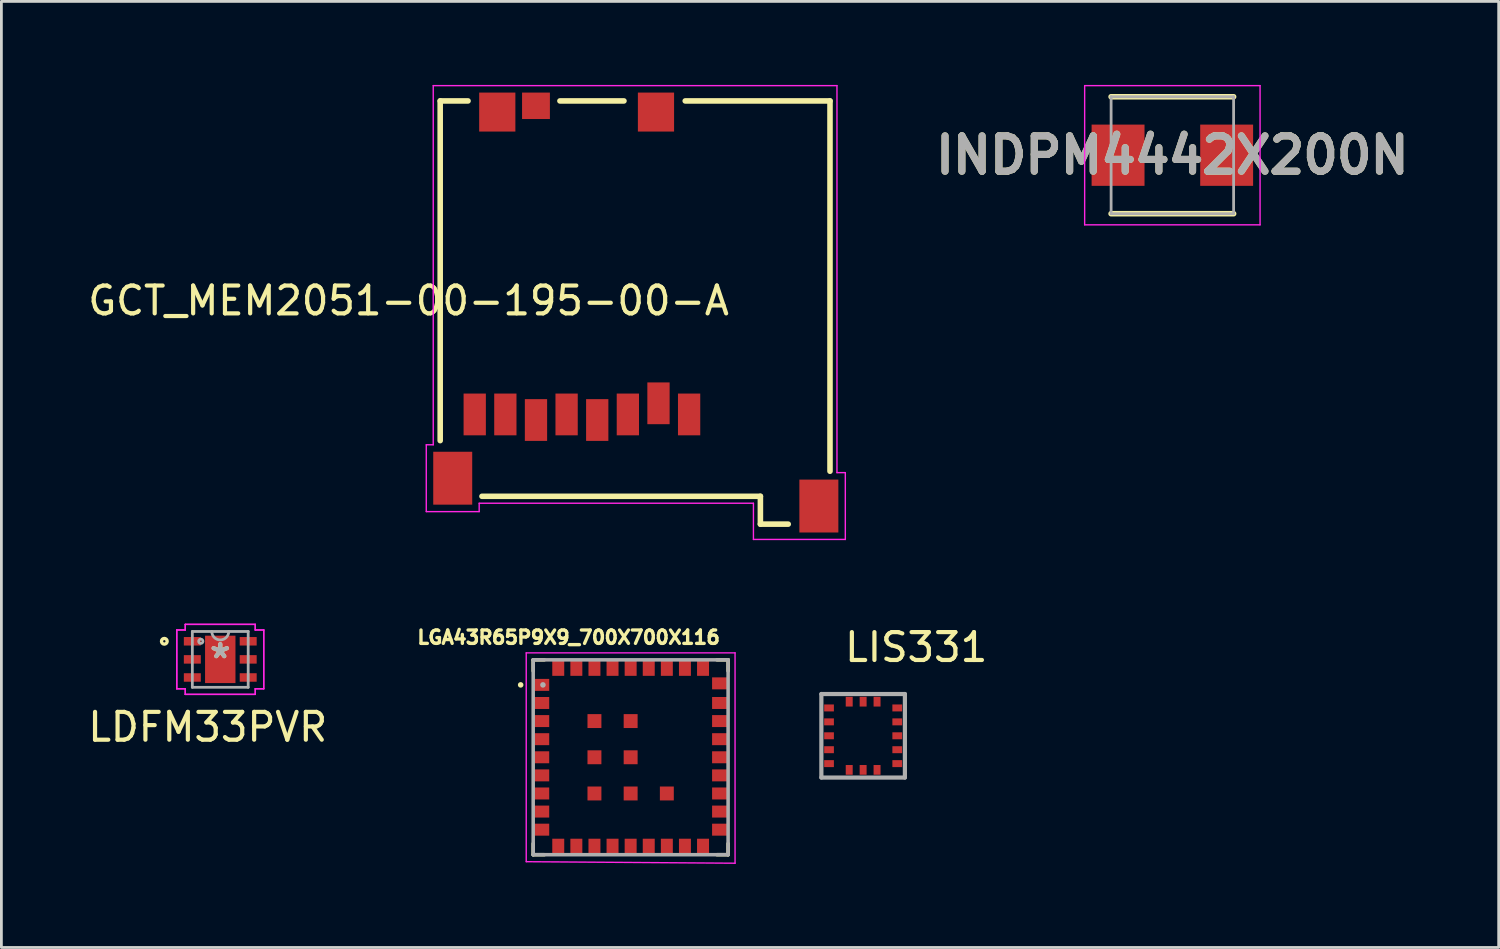
<source format=kicad_pcb>
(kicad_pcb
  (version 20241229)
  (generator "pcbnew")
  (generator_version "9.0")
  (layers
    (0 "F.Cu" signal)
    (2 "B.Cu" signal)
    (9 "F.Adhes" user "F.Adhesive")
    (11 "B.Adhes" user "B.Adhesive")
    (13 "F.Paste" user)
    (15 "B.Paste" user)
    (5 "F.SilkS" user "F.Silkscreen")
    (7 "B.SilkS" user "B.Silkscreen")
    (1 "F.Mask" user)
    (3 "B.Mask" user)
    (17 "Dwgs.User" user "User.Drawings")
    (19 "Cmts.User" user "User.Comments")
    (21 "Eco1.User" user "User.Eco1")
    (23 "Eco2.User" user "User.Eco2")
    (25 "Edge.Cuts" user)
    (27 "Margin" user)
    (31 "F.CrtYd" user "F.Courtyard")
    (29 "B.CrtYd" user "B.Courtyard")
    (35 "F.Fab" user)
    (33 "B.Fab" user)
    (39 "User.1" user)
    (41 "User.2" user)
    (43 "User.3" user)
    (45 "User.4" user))
  (footprint "GCT_MEM2051-00-195-00-A"
    (layer "F.Cu")
    (at 19.76 8.175)
    (property "Reference" "GCT_MEM2051-00-195-00-A" (at -8.135 -0.425 180) (layer "F.SilkS") (effects (font (size 1 1) (thickness 0.15))))
    (attr through_hole)
    (fp_line (start -7 -7.6) (end -7 4.6) (stroke (width 0.2) (type solid)) (layer "F.SilkS"))
    (fp_line (start -6 -7.6) (end -7 -7.6) (stroke (width 0.2) (type solid)) (layer "F.SilkS"))
    (fp_line (start -5.5 6.6) (end 4.5 6.6) (stroke (width 0.2) (type solid)) (layer "F.SilkS"))
    (fp_line (start -0.4 -7.6) (end -2.7 -7.6) (stroke (width 0.2) (type solid)) (layer "F.SilkS"))
    (fp_line (start 4.5 6.6) (end 4.5 7.6) (stroke (width 0.2) (type solid)) (layer "F.SilkS"))
    (fp_line (start 4.5 7.6) (end 5.5 7.6) (stroke (width 0.2) (type solid)) (layer "F.SilkS"))
    (fp_line (start 7 -7.6) (end 1.8 -7.6) (stroke (width 0.2) (type solid)) (layer "F.SilkS"))
    (fp_line (start 7 5.7) (end 7 -7.6) (stroke (width 0.2) (type solid)) (layer "F.SilkS"))
    (fp_line (start -7.5 4.75) (end -7.25 4.75) (stroke (width 0.05) (type solid)) (layer "F.CrtYd"))
    (fp_line (start -7.5 7.15) (end -7.5 4.75) (stroke (width 0.05) (type solid)) (layer "F.CrtYd"))
    (fp_line (start -7.25 -8.15) (end 7.25 -8.15) (stroke (width 0.05) (type solid)) (layer "F.CrtYd"))
    (fp_line (start -7.25 4.75) (end -7.25 -8.15) (stroke (width 0.05) (type solid)) (layer "F.CrtYd"))
    (fp_line (start -5.6 6.85) (end -5.6 7.15) (stroke (width 0.05) (type solid)) (layer "F.CrtYd"))
    (fp_line (start -5.6 7.15) (end -7.5 7.15) (stroke (width 0.05) (type solid)) (layer "F.CrtYd"))
    (fp_line (start 4.25 6.85) (end -5.6 6.85) (stroke (width 0.05) (type solid)) (layer "F.CrtYd"))
    (fp_line (start 4.25 8.15) (end 4.25 6.85) (stroke (width 0.05) (type solid)) (layer "F.CrtYd"))
    (fp_line (start 7.25 -8.15) (end 7.25 5.75) (stroke (width 0.05) (type solid)) (layer "F.CrtYd"))
    (fp_line (start 7.25 5.75) (end 7.55 5.75) (stroke (width 0.05) (type solid)) (layer "F.CrtYd"))
    (fp_line (start 7.55 5.75) (end 7.55 8.15) (stroke (width 0.05) (type solid)) (layer "F.CrtYd"))
    (fp_line (start 7.55 8.15) (end 4.25 8.15) (stroke (width 0.05) (type solid)) (layer "F.CrtYd"))
    (pad "1" smd rect (at 1.94 3.66) (size 0.8 1.5) (layers "F.Cu" "F.Mask" "F.Paste"))
    (pad "2" smd rect (at 0.84 3.26) (size 0.8 1.5) (layers "F.Cu" "F.Mask" "F.Paste"))
    (pad "3" smd rect (at -0.26 3.66) (size 0.8 1.5) (layers "F.Cu" "F.Mask" "F.Paste"))
    (pad "4" smd rect (at -1.36 3.86) (size 0.8 1.5) (layers "F.Cu" "F.Mask" "F.Paste"))
    (pad "5" smd rect (at -2.46 3.66) (size 0.8 1.5) (layers "F.Cu" "F.Mask" "F.Paste"))
    (pad "6" smd rect (at -3.56 3.86) (size 0.8 1.5) (layers "F.Cu" "F.Mask" "F.Paste"))
    (pad "7" smd rect (at -4.66 3.66) (size 0.8 1.5) (layers "F.Cu" "F.Mask" "F.Paste"))
    (pad "8" smd rect (at -5.76 3.66) (size 0.8 1.5) (layers "F.Cu" "F.Mask" "F.Paste"))
    (pad "9" smd rect (at -3.56 -7.425) (size 1 0.95) (layers "F.Cu" "F.Mask" "F.Paste"))
    (pad "P1" smd rect (at -4.95 -7.2) (size 1.3 1.4) (layers "F.Cu" "F.Mask" "F.Paste"))
    (pad "P2" smd rect (at 0.75 -7.2) (size 1.3 1.4) (layers "F.Cu" "F.Mask" "F.Paste"))
    (pad "P3" smd rect (at 6.6 6.95) (size 1.4 1.9) (layers "F.Cu" "F.Mask" "F.Paste"))
    (pad "P4" smd rect (at -6.55 5.95) (size 1.4 1.9) (layers "F.Cu" "F.Mask" "F.Paste")))
  (footprint "LIS331"
    (layer "F.Cu")
    (at 27.95 23.376)
    (property "Reference" "LIS331" (at 1.907 -3.178 0) (layer "F.SilkS") (effects (font (size 1.001 1.001) (thickness 0.15))))
    (attr through_hole)
    (fp_line (start -1.5 -1.5) (end 1.5 -1.5) (stroke (width 0.15) (type solid)) (layer "F.Fab"))
    (fp_line (start -1.5 1.5) (end -1.5 -1.5) (stroke (width 0.15) (type solid)) (layer "F.Fab"))
    (fp_line (start 1.5 -1.5) (end 1.5 1.5) (stroke (width 0.15) (type solid)) (layer "F.Fab"))
    (fp_line (start 1.5 1.5) (end -1.5 1.5) (stroke (width 0.15) (type solid)) (layer "F.Fab"))
    (pad "1" smd rect (at -1.225 -1) (size 0.35 0.25) (layers "F.Cu" "F.Mask" "F.Paste"))
    (pad "2" smd rect (at -1.225 -0.5) (size 0.35 0.25) (layers "F.Cu" "F.Mask" "F.Paste"))
    (pad "3" smd rect (at -1.225 0) (size 0.35 0.25) (layers "F.Cu" "F.Mask" "F.Paste"))
    (pad "4" smd rect (at -1.225 0.5) (size 0.35 0.25) (layers "F.Cu" "F.Mask" "F.Paste"))
    (pad "5" smd rect (at -1.225 1) (size 0.35 0.25) (layers "F.Cu" "F.Mask" "F.Paste"))
    (pad "6" smd rect (at -0.5 1.225 90) (size 0.35 0.25) (layers "F.Cu" "F.Mask" "F.Paste"))
    (pad "7" smd rect (at 0 1.225 90) (size 0.35 0.25) (layers "F.Cu" "F.Mask" "F.Paste"))
    (pad "8" smd rect (at 0.5 1.225 90) (size 0.35 0.25) (layers "F.Cu" "F.Mask" "F.Paste"))
    (pad "9" smd rect (at 1.225 1) (size 0.35 0.25) (layers "F.Cu" "F.Mask" "F.Paste"))
    (pad "10" smd rect (at 1.225 0.5) (size 0.35 0.25) (layers "F.Cu" "F.Mask" "F.Paste"))
    (pad "11" smd rect (at 1.225 0) (size 0.35 0.25) (layers "F.Cu" "F.Mask" "F.Paste"))
    (pad "12" smd rect (at 1.225 -0.5) (size 0.35 0.25) (layers "F.Cu" "F.Mask" "F.Paste"))
    (pad "13" smd rect (at 1.225 -1) (size 0.35 0.25) (layers "F.Cu" "F.Mask" "F.Paste"))
    (pad "14" smd rect (at 0.5 -1.225 90) (size 0.35 0.25) (layers "F.Cu" "F.Mask" "F.Paste"))
    (pad "15" smd rect (at 0 -1.225 90) (size 0.35 0.25) (layers "F.Cu" "F.Mask" "F.Paste"))
    (pad "16" smd rect (at -0.5 -1.225 90) (size 0.35 0.25) (layers "F.Cu" "F.Mask" "F.Paste")))
  (footprint "LGA43R65P9X9_700X700X116"
    (layer "F.Cu")
    (at 19.6 24.148)
    (property "Reference" "LGA43R65P9X9_700X700X116" (at -2.227 -4.307 0) (layer "F.SilkS") (effects (font (size 0.48 0.48) (thickness 0.15))))
    (attr through_hole)
    (fp_line (start -3.5 -3.5) (end -3.5 -3.1) (stroke (width 0.127) (type solid)) (layer "F.SilkS"))
    (fp_line (start -3.5 3.1) (end -3.5 3.5) (stroke (width 0.127) (type solid)) (layer "F.SilkS"))
    (fp_line (start -3.5 3.5) (end -3.1 3.5) (stroke (width 0.127) (type solid)) (layer "F.SilkS"))
    (fp_line (start -3.1 -3.5) (end -3.5 -3.5) (stroke (width 0.127) (type solid)) (layer "F.SilkS"))
    (fp_line (start 3.1 -3.5) (end 3.5 -3.5) (stroke (width 0.127) (type solid)) (layer "F.SilkS"))
    (fp_line (start 3.5 -3.5) (end 3.5 -3.1) (stroke (width 0.127) (type solid)) (layer "F.SilkS"))
    (fp_line (start 3.5 3.1) (end 3.5 3.5) (stroke (width 0.127) (type solid)) (layer "F.SilkS"))
    (fp_line (start 3.5 3.5) (end 3.1 3.5) (stroke (width 0.127) (type solid)) (layer "F.SilkS"))
    (fp_circle (center -3.95 -2.6) (end -3.9 -2.6) (stroke (width 0.1) (type solid)) (fill no) (layer "F.SilkS"))
    (fp_line (start -3.75 -3.75) (end 3.75 -3.75) (stroke (width 0.05) (type solid)) (layer "F.CrtYd"))
    (fp_line (start -3.75 3.75) (end -3.75 -3.75) (stroke (width 0.05) (type solid)) (layer "F.CrtYd"))
    (fp_line (start 3.75 -3.75) (end 3.75 3.805) (stroke (width 0.05) (type solid)) (layer "F.CrtYd"))
    (fp_line (start 3.75 3.805) (end -3.75 3.75) (stroke (width 0.05) (type solid)) (layer "F.CrtYd"))
    (fp_line (start -3.5 -3.5) (end 3.5 -3.5) (stroke (width 0.127) (type solid)) (layer "F.Fab"))
    (fp_line (start -3.5 3.5) (end -3.5 -3.5) (stroke (width 0.127) (type solid)) (layer "F.Fab"))
    (fp_line (start 3.5 -3.5) (end 3.5 3.5) (stroke (width 0.127) (type solid)) (layer "F.Fab"))
    (fp_line (start 3.5 3.5) (end -3.5 3.5) (stroke (width 0.127) (type solid)) (layer "F.Fab"))
    (fp_circle (center -3.15 -2.6) (end -3.1 -2.6) (stroke (width 0.1) (type solid)) (fill no) (layer "F.Fab"))
    (pad "1" smd rect (at -3.205 -2.6) (size 0.56 0.43) (layers "F.Cu" "F.Mask" "F.Paste"))
    (pad "2" smd rect (at -3.205 -1.95) (size 0.56 0.43) (layers "F.Cu" "F.Mask" "F.Paste"))
    (pad "3" smd rect (at -3.205 -1.3) (size 0.56 0.43) (layers "F.Cu" "F.Mask" "F.Paste"))
    (pad "4" smd rect (at -3.205 -0.65) (size 0.56 0.43) (layers "F.Cu" "F.Mask" "F.Paste"))
    (pad "5" smd rect (at -3.205 0) (size 0.56 0.43) (layers "F.Cu" "F.Mask" "F.Paste"))
    (pad "6" smd rect (at -3.205 0.65) (size 0.56 0.43) (layers "F.Cu" "F.Mask" "F.Paste"))
    (pad "7" smd rect (at -3.205 1.3) (size 0.56 0.43) (layers "F.Cu" "F.Mask" "F.Paste"))
    (pad "8" smd rect (at -3.205 1.95) (size 0.56 0.43) (layers "F.Cu" "F.Mask" "F.Paste"))
    (pad "9" smd rect (at -3.205 2.6) (size 0.56 0.43) (layers "F.Cu" "F.Mask" "F.Paste"))
    (pad "10" smd rect (at -2.6 3.205 90) (size 0.56 0.43) (layers "F.Cu" "F.Mask" "F.Paste"))
    (pad "11" smd rect (at -1.95 3.205 90) (size 0.56 0.43) (layers "F.Cu" "F.Mask" "F.Paste"))
    (pad "12" smd rect (at -1.3 3.205 90) (size 0.56 0.43) (layers "F.Cu" "F.Mask" "F.Paste"))
    (pad "13" smd rect (at -0.65 3.205 90) (size 0.56 0.43) (layers "F.Cu" "F.Mask" "F.Paste"))
    (pad "14" smd rect (at 0 3.205 90) (size 0.56 0.43) (layers "F.Cu" "F.Mask" "F.Paste"))
    (pad "15" smd rect (at 0.65 3.205 90) (size 0.56 0.43) (layers "F.Cu" "F.Mask" "F.Paste"))
    (pad "16" smd rect (at 1.3 3.205 90) (size 0.56 0.43) (layers "F.Cu" "F.Mask" "F.Paste"))
    (pad "17" smd rect (at 1.95 3.205 90) (size 0.56 0.43) (layers "F.Cu" "F.Mask" "F.Paste"))
    (pad "18" smd rect (at 2.6 3.205 90) (size 0.56 0.43) (layers "F.Cu" "F.Mask" "F.Paste"))
    (pad "19" smd rect (at 3.205 2.6 180) (size 0.56 0.43) (layers "F.Cu" "F.Mask" "F.Paste"))
    (pad "20" smd rect (at 3.205 1.95 180) (size 0.56 0.43) (layers "F.Cu" "F.Mask" "F.Paste"))
    (pad "21" smd rect (at 3.205 1.3 180) (size 0.56 0.43) (layers "F.Cu" "F.Mask" "F.Paste"))
    (pad "22" smd rect (at 3.205 0.65 180) (size 0.56 0.43) (layers "F.Cu" "F.Mask" "F.Paste"))
    (pad "23" smd rect (at 3.205 0 180) (size 0.56 0.43) (layers "F.Cu" "F.Mask" "F.Paste"))
    (pad "24" smd rect (at 3.205 -0.65 180) (size 0.56 0.43) (layers "F.Cu" "F.Mask" "F.Paste"))
    (pad "25" smd rect (at 3.205 -1.3 180) (size 0.56 0.43) (layers "F.Cu" "F.Mask" "F.Paste"))
    (pad "26" smd rect (at 3.205 -1.95 180) (size 0.56 0.43) (layers "F.Cu" "F.Mask" "F.Paste"))
    (pad "27" smd rect (at 3.205 -2.655 180) (size 0.56 0.43) (layers "F.Cu" "F.Mask" "F.Paste"))
    (pad "28" smd rect (at 2.6 -3.205 270) (size 0.56 0.43) (layers "F.Cu" "F.Mask" "F.Paste"))
    (pad "29" smd rect (at 1.95 -3.205 270) (size 0.56 0.43) (layers "F.Cu" "F.Mask" "F.Paste"))
    (pad "30" smd rect (at 1.3 -3.205 270) (size 0.56 0.43) (layers "F.Cu" "F.Mask" "F.Paste"))
    (pad "31" smd rect (at 0.65 -3.205 270) (size 0.56 0.43) (layers "F.Cu" "F.Mask" "F.Paste"))
    (pad "32" smd rect (at 0 -3.205 270) (size 0.56 0.43) (layers "F.Cu" "F.Mask" "F.Paste"))
    (pad "33" smd rect (at -0.65 -3.205 270) (size 0.56 0.43) (layers "F.Cu" "F.Mask" "F.Paste"))
    (pad "34" smd rect (at -1.3 -3.205 270) (size 0.56 0.43) (layers "F.Cu" "F.Mask" "F.Paste"))
    (pad "35" smd rect (at -1.95 -3.205 270) (size 0.56 0.43) (layers "F.Cu" "F.Mask" "F.Paste"))
    (pad "36" smd rect (at -2.6 -3.205 270) (size 0.56 0.43) (layers "F.Cu" "F.Mask" "F.Paste"))
    (pad "37" smd rect (at -1.3 -1.3) (size 0.5 0.5) (layers "F.Cu" "F.Mask" "F.Paste"))
    (pad "38" smd rect (at -1.3 0) (size 0.5 0.5) (layers "F.Cu" "F.Mask" "F.Paste"))
    (pad "39" smd rect (at -1.3 1.3) (size 0.5 0.5) (layers "F.Cu" "F.Mask" "F.Paste"))
    (pad "40" smd rect (at 0 -1.3) (size 0.5 0.5) (layers "F.Cu" "F.Mask" "F.Paste"))
    (pad "41" smd rect (at 0 0) (size 0.5 0.5) (layers "F.Cu" "F.Mask" "F.Paste"))
    (pad "42" smd rect (at 0 1.3) (size 0.5 0.5) (layers "F.Cu" "F.Mask" "F.Paste"))
    (pad "43" smd rect (at 1.3 1.3) (size 0.5 0.5) (layers "F.Cu" "F.Mask" "F.Paste")))
  (footprint "INDPM4442X200N"
    (layer "F.Cu")
    (at 39.056 2.525)
    (property "Reference" "INDPM4442X200N" (at 0 0 0) (layer "F.SilkS") (effects (font (size 1.27 1.27) (thickness 0.254))))
    (attr smd)
    (fp_line (start -2.2 2.1) (end 2.2 2.1) (stroke (width 0.2) (type solid)) (layer "F.SilkS"))
    (fp_line (start 2.2 -2.1) (end -2.2 -2.1) (stroke (width 0.2) (type solid)) (layer "F.SilkS"))
    (fp_line (start -3.15 -2.5) (end 3.15 -2.5) (stroke (width 0.05) (type solid)) (layer "F.CrtYd"))
    (fp_line (start -3.15 2.5) (end -3.15 -2.5) (stroke (width 0.05) (type solid)) (layer "F.CrtYd"))
    (fp_line (start 3.15 -2.5) (end 3.15 2.5) (stroke (width 0.05) (type solid)) (layer "F.CrtYd"))
    (fp_line (start 3.15 2.5) (end -3.15 2.5) (stroke (width 0.05) (type solid)) (layer "F.CrtYd"))
    (fp_line (start -2.2 -2.1) (end 2.2 -2.1) (stroke (width 0.1) (type solid)) (layer "F.Fab"))
    (fp_line (start -2.2 2.1) (end -2.2 -2.1) (stroke (width 0.1) (type solid)) (layer "F.Fab"))
    (fp_line (start 2.2 -2.1) (end 2.2 2.1) (stroke (width 0.1) (type solid)) (layer "F.Fab"))
    (fp_line (start 2.2 2.1) (end -2.2 2.1) (stroke (width 0.1) (type solid)) (layer "F.Fab"))
    (fp_text user "${REFERENCE}" (at 0 0 0) (layer "F.Fab") (effects (font (size 1.27 1.27) (thickness 0.254))))
    (pad "1" smd rect (at -1.95 0) (size 1.9 2.2) (layers "F.Cu" "F.Mask" "F.Paste"))
    (pad "2" smd rect (at 1.95 0) (size 1.9 2.2) (layers "F.Cu" "F.Mask" "F.Paste")))
  (footprint "LDFM33PVR"
    (layer "F.Cu")
    (at 4.861 20.632)
    (property "Reference" "LDFM33PVR" (at -0.45 2.43 0) (layer "F.SilkS") (effects (font (size 1 1) (thickness 0.15))))
    (attr through_hole)
    (fp_circle (center -2.009 -0.65) (end -1.907 -0.65) (stroke (width 0.12) (type solid)) (fill no) (layer "F.SilkS"))
    (fp_line (start -1.562 -1.056) (end -1.257 -1.056) (stroke (width 0.05) (type solid)) (layer "F.CrtYd"))
    (fp_line (start -1.562 -1.056) (end -1.257 -1.056) (stroke (width 0.05) (type solid)) (layer "F.CrtYd"))
    (fp_line (start -1.562 1.056) (end -1.562 -1.056) (stroke (width 0.05) (type solid)) (layer "F.CrtYd"))
    (fp_line (start -1.562 1.056) (end -1.562 -1.056) (stroke (width 0.05) (type solid)) (layer "F.CrtYd"))
    (fp_line (start -1.562 1.056) (end -1.257 1.056) (stroke (width 0.05) (type solid)) (layer "F.CrtYd"))
    (fp_line (start -1.257 -1.257) (end 1.257 -1.257) (stroke (width 0.05) (type solid)) (layer "F.CrtYd"))
    (fp_line (start -1.257 -1.257) (end 1.257 -1.257) (stroke (width 0.05) (type solid)) (layer "F.CrtYd"))
    (fp_line (start -1.257 -1.056) (end -1.257 -1.257) (stroke (width 0.05) (type solid)) (layer "F.CrtYd"))
    (fp_line (start -1.257 -1.056) (end -1.257 -1.257) (stroke (width 0.05) (type solid)) (layer "F.CrtYd"))
    (fp_line (start -1.257 1.056) (end -1.562 1.056) (stroke (width 0.05) (type solid)) (layer "F.CrtYd"))
    (fp_line (start -1.257 1.257) (end -1.257 1.056) (stroke (width 0.05) (type solid)) (layer "F.CrtYd"))
    (fp_line (start -1.257 1.257) (end -1.257 1.056) (stroke (width 0.05) (type solid)) (layer "F.CrtYd"))
    (fp_line (start 1.257 -1.257) (end 1.257 -1.056) (stroke (width 0.05) (type solid)) (layer "F.CrtYd"))
    (fp_line (start 1.257 -1.257) (end 1.257 -1.056) (stroke (width 0.05) (type solid)) (layer "F.CrtYd"))
    (fp_line (start 1.257 -1.056) (end 1.562 -1.056) (stroke (width 0.05) (type solid)) (layer "F.CrtYd"))
    (fp_line (start 1.257 1.056) (end 1.257 1.257) (stroke (width 0.05) (type solid)) (layer "F.CrtYd"))
    (fp_line (start 1.257 1.056) (end 1.257 1.257) (stroke (width 0.05) (type solid)) (layer "F.CrtYd"))
    (fp_line (start 1.257 1.257) (end -1.257 1.257) (stroke (width 0.05) (type solid)) (layer "F.CrtYd"))
    (fp_line (start 1.257 1.257) (end -1.257 1.257) (stroke (width 0.05) (type solid)) (layer "F.CrtYd"))
    (fp_line (start 1.562 -1.056) (end 1.257 -1.056) (stroke (width 0.05) (type solid)) (layer "F.CrtYd"))
    (fp_line (start 1.562 -1.056) (end 1.562 1.056) (stroke (width 0.05) (type solid)) (layer "F.CrtYd"))
    (fp_line (start 1.562 -1.056) (end 1.562 1.056) (stroke (width 0.05) (type solid)) (layer "F.CrtYd"))
    (fp_line (start 1.562 1.056) (end 1.257 1.056) (stroke (width 0.05) (type solid)) (layer "F.CrtYd"))
    (fp_line (start 1.562 1.056) (end 1.257 1.056) (stroke (width 0.05) (type solid)) (layer "F.CrtYd"))
    (fp_line (start -1.003 -1.003) (end -1.003 1.003) (stroke (width 0.1) (type solid)) (layer "F.Fab"))
    (fp_line (start -1.003 1.003) (end 1.003 1.003) (stroke (width 0.1) (type solid)) (layer "F.Fab"))
    (fp_line (start 1.003 -1.003) (end -1.003 -1.003) (stroke (width 0.1) (type solid)) (layer "F.Fab"))
    (fp_line (start 1.003 1.003) (end 1.003 -1.003) (stroke (width 0.1) (type solid)) (layer "F.Fab"))
    (fp_arc (start 0.3048 -1.0033) (mid 0 -0.6985) (end -0.3048 -1.0033) (stroke (width 0.1) (type solid)) (layer "F.Fab"))
    (fp_circle (center -0.699 -0.65) (end -0.622 -0.65) (stroke (width 0.1) (type solid)) (fill no) (layer "F.Fab"))
    (fp_text user "*" (at 0 0 0) (layer "F.SilkS") (effects (font (size 1 1) (thickness 0.15))))
    (fp_text user "*" (at 0 0 0) (layer "F.Fab") (effects (font (size 1 1) (thickness 0.15))))
    (pad "1" smd rect (at -1.003 -0.65) (size 0.61 0.305) (layers "F.Cu" "F.Mask" "F.Paste"))
    (pad "2" smd rect (at -1.003 0) (size 0.61 0.305) (layers "F.Cu" "F.Mask" "F.Paste"))
    (pad "3" smd rect (at -1.003 0.65) (size 0.61 0.305) (layers "F.Cu" "F.Mask" "F.Paste"))
    (pad "4" smd rect (at 1.003 0.65) (size 0.61 0.305) (layers "F.Cu" "F.Mask" "F.Paste"))
    (pad "5" smd rect (at 1.003 0) (size 0.61 0.305) (layers "F.Cu" "F.Mask" "F.Paste"))
    (pad "6" smd rect (at 1.003 -0.65) (size 0.61 0.305) (layers "F.Cu" "F.Mask" "F.Paste"))
    (pad "7" smd rect (at 0 0) (size 1.092 1.702) (layers "F.Cu" "F.Mask" "F.Paste")))
  (gr_rect
    (start -3 -3)
    (end 50.776 30.978)
    (stroke (width 0.1) (type default))
    (fill no)
    (layer "Edge.Cuts")))
</source>
